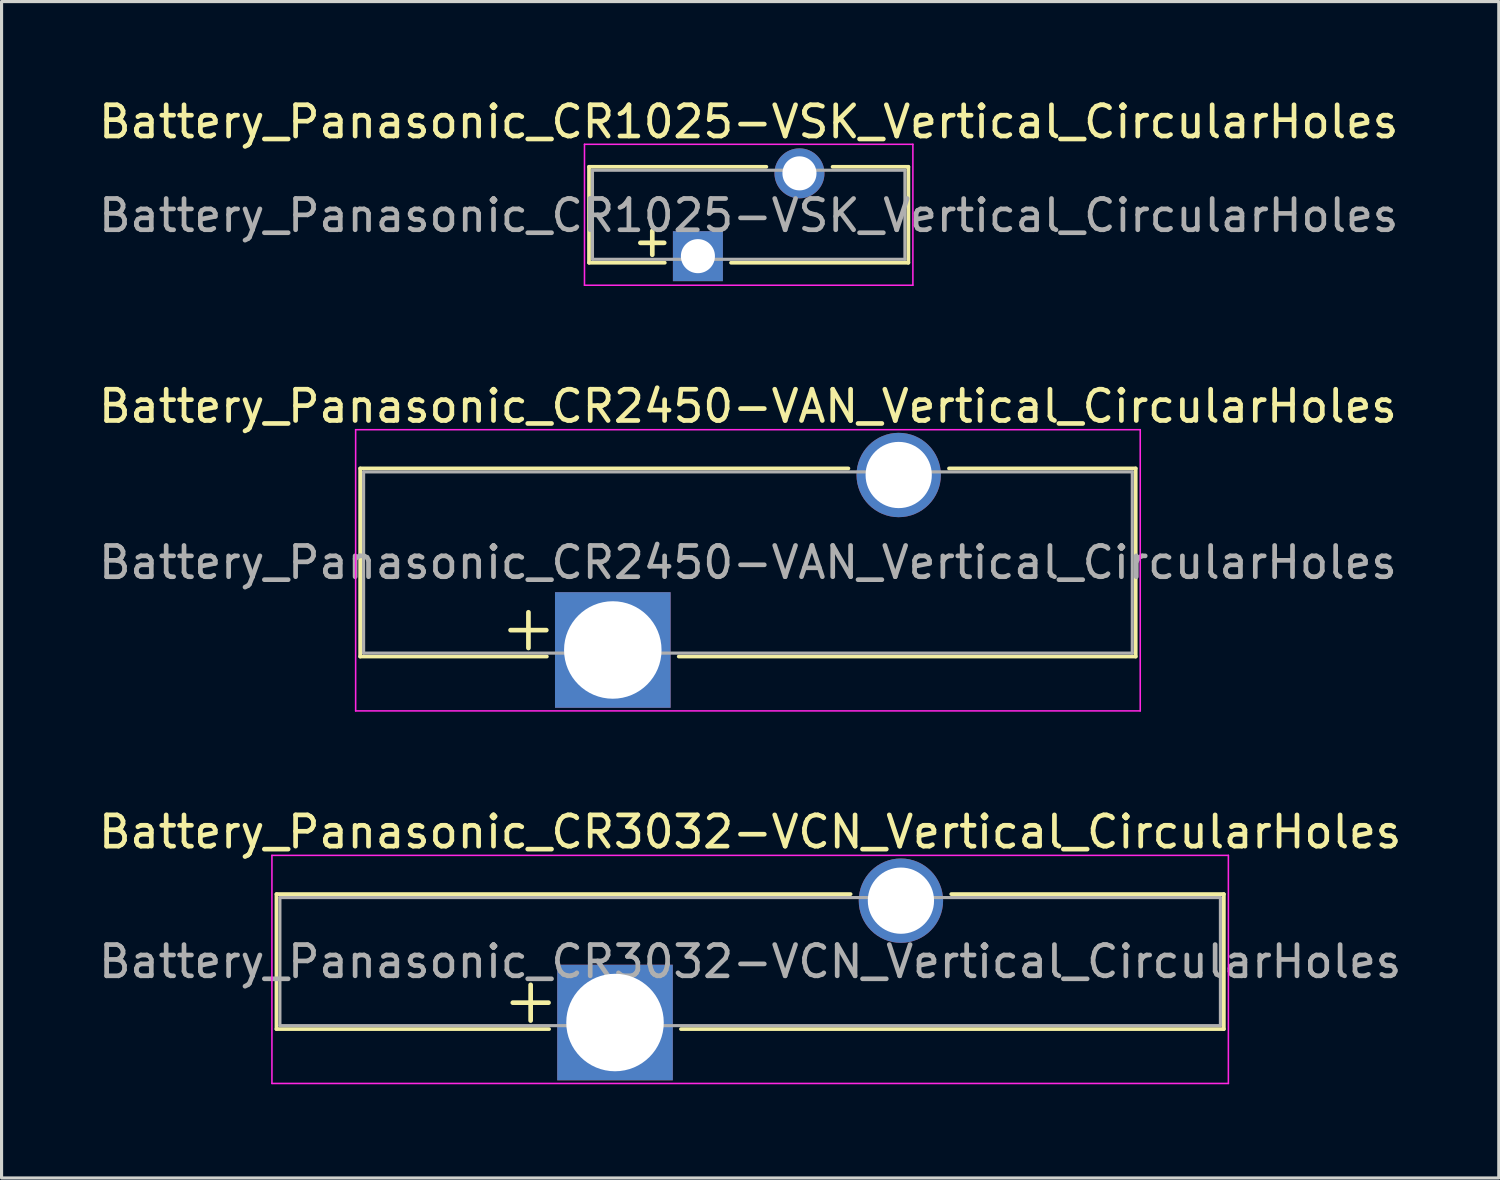
<source format=kicad_pcb>
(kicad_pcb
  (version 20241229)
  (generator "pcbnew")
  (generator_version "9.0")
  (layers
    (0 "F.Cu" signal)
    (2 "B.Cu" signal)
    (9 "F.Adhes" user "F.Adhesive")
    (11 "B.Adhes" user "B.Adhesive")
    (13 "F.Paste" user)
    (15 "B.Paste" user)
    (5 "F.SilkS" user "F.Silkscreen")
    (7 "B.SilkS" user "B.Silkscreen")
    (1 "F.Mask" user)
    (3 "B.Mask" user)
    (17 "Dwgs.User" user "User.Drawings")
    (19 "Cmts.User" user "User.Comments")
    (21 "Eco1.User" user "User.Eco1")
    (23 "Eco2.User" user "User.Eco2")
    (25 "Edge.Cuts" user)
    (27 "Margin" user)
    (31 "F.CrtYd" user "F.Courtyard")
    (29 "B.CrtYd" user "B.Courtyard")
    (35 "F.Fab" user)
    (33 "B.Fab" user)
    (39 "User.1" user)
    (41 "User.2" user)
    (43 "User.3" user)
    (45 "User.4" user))
  (footprint "Battery_Panasonic_CR3032-VCN_Vertical_CircularHoles"
    (layer "F.Cu")
    (at 16.633 29.675)
    (property "Reference" "Battery_Panasonic_CR3032-VCN_Vertical_CircularHoles" (at 4.325 -6.1 0) (layer "F.SilkS") (effects (font (size 1 1) (thickness 0.15))))
    (attr through_hole)
    (fp_line (start -10.835 -4.11) (end -10.835 0.21) (stroke (width 0.12) (type solid)) (layer "F.SilkS"))
    (fp_line (start -10.835 -4.11) (end 7.54 -4.11) (stroke (width 0.12) (type solid)) (layer "F.SilkS"))
    (fp_line (start -10.835 0.21) (end -2.11 0.21) (stroke (width 0.12) (type solid)) (layer "F.SilkS"))
    (fp_line (start 2.11 0.21) (end 19.485 0.21) (stroke (width 0.12) (type solid)) (layer "F.SilkS"))
    (fp_line (start 10.76 -4.11) (end 19.485 -4.11) (stroke (width 0.12) (type solid)) (layer "F.SilkS"))
    (fp_line (start 19.485 -4.11) (end 19.485 0.21) (stroke (width 0.12) (type solid)) (layer "F.SilkS"))
    (fp_line (start -10.98 -5.35) (end -10.98 1.95) (stroke (width 0.05) (type solid)) (layer "F.CrtYd"))
    (fp_line (start -10.98 -5.35) (end 19.63 -5.35) (stroke (width 0.05) (type solid)) (layer "F.CrtYd"))
    (fp_line (start -10.98 1.95) (end 19.63 1.95) (stroke (width 0.05) (type solid)) (layer "F.CrtYd"))
    (fp_line (start 19.63 -5.35) (end 19.63 1.95) (stroke (width 0.05) (type solid)) (layer "F.CrtYd"))
    (fp_line (start -10.725 -4) (end -10.725 0.1) (stroke (width 0.1) (type solid)) (layer "F.Fab"))
    (fp_line (start -10.725 -4) (end 19.375 -4) (stroke (width 0.1) (type solid)) (layer "F.Fab"))
    (fp_line (start -10.725 0.1) (end 19.375 0.1) (stroke (width 0.1) (type solid)) (layer "F.Fab"))
    (fp_line (start 19.375 -4) (end 19.375 0.1) (stroke (width 0.1) (type solid)) (layer "F.Fab"))
    (fp_text user "+" (at -2.7 -0.75 0) (layer "F.SilkS") (effects (font (size 1.5 1.5) (thickness 0.15))))
    (fp_text user "${REFERENCE}" (at 4.325 -1.95 180) (layer "F.Fab") (effects (font (size 1 1) (thickness 0.15))))
    (pad "1" thru_hole rect (at 0 0) (size 3.7 3.7) (drill 3.12) (layers "*.Cu" "*.Mask"))
    (pad "2" thru_hole circle (at 9.15 -3.9) (size 2.7 2.7) (drill 2.12) (layers "*.Cu" "*.Mask")))
  (footprint "Battery_Panasonic_CR2450-VAN_Vertical_CircularHoles"
    (layer "F.Cu")
    (at 16.562 17.752)
    (property "Reference" "Battery_Panasonic_CR2450-VAN_Vertical_CircularHoles" (at 4.325 -7.8 0) (layer "F.SilkS") (effects (font (size 1 1) (thickness 0.15))))
    (attr through_hole)
    (fp_line (start -8.085 -5.81) (end -8.085 0.21) (stroke (width 0.12) (type solid)) (layer "F.SilkS"))
    (fp_line (start -8.085 -5.81) (end 7.54 -5.81) (stroke (width 0.12) (type solid)) (layer "F.SilkS"))
    (fp_line (start -8.085 0.21) (end -2.11 0.21) (stroke (width 0.12) (type solid)) (layer "F.SilkS"))
    (fp_line (start 2.11 0.21) (end 16.735 0.21) (stroke (width 0.12) (type solid)) (layer "F.SilkS"))
    (fp_line (start 10.76 -5.81) (end 16.735 -5.81) (stroke (width 0.12) (type solid)) (layer "F.SilkS"))
    (fp_line (start 16.735 -5.81) (end 16.735 0.21) (stroke (width 0.12) (type solid)) (layer "F.SilkS"))
    (fp_line (start -8.23 -7.05) (end -8.23 1.95) (stroke (width 0.05) (type solid)) (layer "F.CrtYd"))
    (fp_line (start -8.23 -7.05) (end 16.88 -7.05) (stroke (width 0.05) (type solid)) (layer "F.CrtYd"))
    (fp_line (start -8.23 1.95) (end 16.88 1.95) (stroke (width 0.05) (type solid)) (layer "F.CrtYd"))
    (fp_line (start 16.88 -7.05) (end 16.88 1.95) (stroke (width 0.05) (type solid)) (layer "F.CrtYd"))
    (fp_line (start -7.975 -5.7) (end -7.975 0.1) (stroke (width 0.1) (type solid)) (layer "F.Fab"))
    (fp_line (start -7.975 -5.7) (end 16.625 -5.7) (stroke (width 0.1) (type solid)) (layer "F.Fab"))
    (fp_line (start -7.975 0.1) (end 16.625 0.1) (stroke (width 0.1) (type solid)) (layer "F.Fab"))
    (fp_line (start 16.625 -5.7) (end 16.625 0.1) (stroke (width 0.1) (type solid)) (layer "F.Fab"))
    (fp_text user "+" (at -2.7 -0.75 0) (layer "F.SilkS") (effects (font (size 1.5 1.5) (thickness 0.15))))
    (fp_text user "${REFERENCE}" (at 4.325 -2.8 180) (layer "F.Fab") (effects (font (size 1 1) (thickness 0.15))))
    (pad "1" thru_hole rect (at 0 0) (size 3.7 3.7) (drill 3.12) (layers "*.Cu" "*.Mask"))
    (pad "2" thru_hole circle (at 9.15 -5.6) (size 2.7 2.7) (drill 2.12) (layers "*.Cu" "*.Mask")))
  (footprint "Battery_Panasonic_CR1025-VSK_Vertical_CircularHoles"
    (layer "F.Cu")
    (at 19.286 5.148)
    (property "Reference" "Battery_Panasonic_CR1025-VSK_Vertical_CircularHoles" (at 1.625 -4.3 0) (layer "F.SilkS") (effects (font (size 1 1) (thickness 0.15))))
    (attr through_hole)
    (fp_line (start -3.485 -2.86) (end 2.19 -2.86) (stroke (width 0.12) (type solid)) (layer "F.SilkS"))
    (fp_line (start -3.485 0.21) (end -3.485 -2.86) (stroke (width 0.12) (type solid)) (layer "F.SilkS"))
    (fp_line (start -3.485 0.21) (end -1.06 0.21) (stroke (width 0.12) (type solid)) (layer "F.SilkS"))
    (fp_line (start 1.06 0.21) (end 6.735 0.21) (stroke (width 0.12) (type solid)) (layer "F.SilkS"))
    (fp_line (start 4.31 -2.86) (end 6.735 -2.86) (stroke (width 0.12) (type solid)) (layer "F.SilkS"))
    (fp_line (start 6.735 0.21) (end 6.735 -2.86) (stroke (width 0.12) (type solid)) (layer "F.SilkS"))
    (fp_line (start -3.63 -3.58) (end -3.63 0.93) (stroke (width 0.05) (type solid)) (layer "F.CrtYd"))
    (fp_line (start -3.63 -3.58) (end 6.88 -3.58) (stroke (width 0.05) (type solid)) (layer "F.CrtYd"))
    (fp_line (start -3.63 0.93) (end 6.88 0.93) (stroke (width 0.05) (type solid)) (layer "F.CrtYd"))
    (fp_line (start 6.88 -3.58) (end 6.88 0.93) (stroke (width 0.05) (type solid)) (layer "F.CrtYd"))
    (fp_line (start -3.375 -2.75) (end -3.375 0.1) (stroke (width 0.1) (type solid)) (layer "F.Fab"))
    (fp_line (start -3.375 -2.75) (end 6.625 -2.75) (stroke (width 0.1) (type solid)) (layer "F.Fab"))
    (fp_line (start -3.375 0.1) (end 6.625 0.1) (stroke (width 0.1) (type solid)) (layer "F.Fab"))
    (fp_line (start 6.625 -2.75) (end 6.625 0.1) (stroke (width 0.1) (type solid)) (layer "F.Fab"))
    (fp_text user "+" (at -1.46 -0.5 0) (layer "F.SilkS") (effects (font (size 1 1) (thickness 0.15))))
    (fp_text user "${REFERENCE}" (at 1.625 -1.3 180) (layer "F.Fab") (effects (font (size 1 1) (thickness 0.15))))
    (pad "1" thru_hole rect (at 0 0) (size 1.6 1.6) (drill 1.09) (layers "*.Cu" "*.Mask"))
    (pad "2" thru_hole circle (at 3.25 -2.65) (size 1.6 1.6) (drill 1.09) (layers "*.Cu" "*.Mask")))
  (gr_rect
    (start -3 -3)
    (end 44.917 34.65)
    (stroke (width 0.1) (type default))
    (fill no)
    (layer "Edge.Cuts")))
</source>
